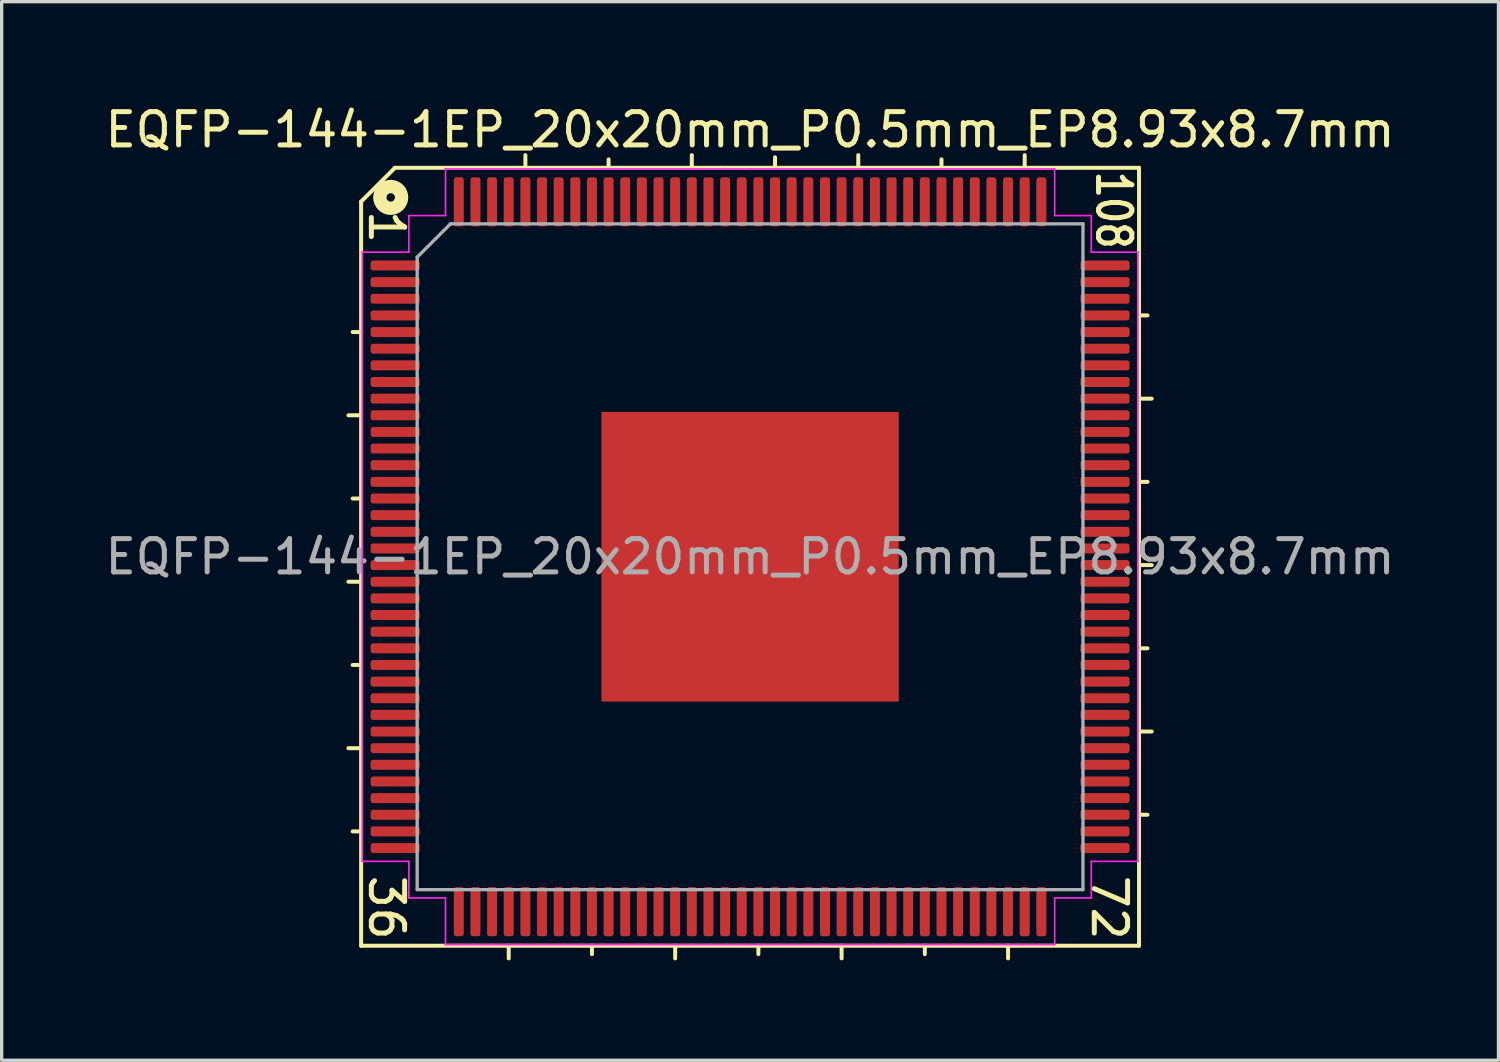
<source format=kicad_pcb>
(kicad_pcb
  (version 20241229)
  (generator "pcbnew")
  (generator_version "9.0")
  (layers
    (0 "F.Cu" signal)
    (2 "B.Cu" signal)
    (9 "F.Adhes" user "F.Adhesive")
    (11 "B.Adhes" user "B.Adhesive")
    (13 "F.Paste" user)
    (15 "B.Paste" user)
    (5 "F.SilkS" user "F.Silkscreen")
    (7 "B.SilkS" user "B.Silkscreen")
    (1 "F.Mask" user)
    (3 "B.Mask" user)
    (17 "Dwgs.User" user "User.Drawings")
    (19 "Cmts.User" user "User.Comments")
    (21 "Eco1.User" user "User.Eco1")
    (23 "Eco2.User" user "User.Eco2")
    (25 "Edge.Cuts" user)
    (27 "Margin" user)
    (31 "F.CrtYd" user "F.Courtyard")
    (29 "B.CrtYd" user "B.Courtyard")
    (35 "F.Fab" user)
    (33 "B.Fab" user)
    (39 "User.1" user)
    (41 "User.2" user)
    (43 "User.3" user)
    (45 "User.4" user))
  (footprint "EQFP-144-1EP_20x20mm_P0.5mm_EP8.93x8.7mm"
    (layer "F.Cu")
    (at 19.482 13.675)
    (property "Reference" "EQFP-144-1EP_20x20mm_P0.5mm_EP8.93x8.7mm" (at 0 -12.827 0) (layer "F.SilkS") (effects (font (size 1 1) (thickness 0.15))))
    (attr smd)
    (fp_line (start -11.684 -10.668) (end -11.684 11.684) (stroke (width 0.12) (type solid)) (layer "F.SilkS"))
    (fp_line (start -11.684 -6.75) (end -11.938 -6.75) (stroke (width 0.12) (type solid)) (layer "F.SilkS"))
    (fp_line (start -11.684 -4.25) (end -12.065 -4.25) (stroke (width 0.12) (type solid)) (layer "F.SilkS"))
    (fp_line (start -11.684 -1.75) (end -11.938 -1.75) (stroke (width 0.12) (type solid)) (layer "F.SilkS"))
    (fp_line (start -11.684 0.75) (end -12.065 0.75) (stroke (width 0.12) (type solid)) (layer "F.SilkS"))
    (fp_line (start -11.684 3.25) (end -11.938 3.25) (stroke (width 0.12) (type solid)) (layer "F.SilkS"))
    (fp_line (start -11.684 5.75) (end -12.065 5.75) (stroke (width 0.12) (type solid)) (layer "F.SilkS"))
    (fp_line (start -11.684 8.25) (end -11.938 8.25) (stroke (width 0.12) (type solid)) (layer "F.SilkS"))
    (fp_line (start -11.684 11.684) (end 11.684 11.684) (stroke (width 0.12) (type solid)) (layer "F.SilkS"))
    (fp_line (start -10.668 -11.684) (end -11.684 -10.668) (stroke (width 0.12) (type solid)) (layer "F.SilkS"))
    (fp_line (start -7.25 11.684) (end -7.25 12.065) (stroke (width 0.12) (type solid)) (layer "F.SilkS"))
    (fp_line (start -6.75 -11.684) (end -6.75 -12.065) (stroke (width 0.12) (type solid)) (layer "F.SilkS"))
    (fp_line (start -4.75 11.684) (end -4.75 11.938) (stroke (width 0.12) (type solid)) (layer "F.SilkS"))
    (fp_line (start -4.25 -11.684) (end -4.25 -11.938) (stroke (width 0.12) (type solid)) (layer "F.SilkS"))
    (fp_line (start -2.25 11.684) (end -2.25 12.065) (stroke (width 0.12) (type solid)) (layer "F.SilkS"))
    (fp_line (start -1.75 -11.684) (end -1.75 -12.065) (stroke (width 0.12) (type solid)) (layer "F.SilkS"))
    (fp_line (start -0.889 -11.684) (end -10.668 -11.684) (stroke (width 0.12) (type solid)) (layer "F.SilkS"))
    (fp_line (start 0.25 11.684) (end 0.25 11.938) (stroke (width 0.12) (type solid)) (layer "F.SilkS"))
    (fp_line (start 0.75 -11.75) (end 0.75 -12) (stroke (width 0.12) (type solid)) (layer "F.SilkS"))
    (fp_line (start 2.75 11.684) (end 2.75 12.065) (stroke (width 0.12) (type solid)) (layer "F.SilkS"))
    (fp_line (start 3.25 -11.684) (end 3.25 -12.065) (stroke (width 0.12) (type solid)) (layer "F.SilkS"))
    (fp_line (start 5.25 11.684) (end 5.25 11.938) (stroke (width 0.12) (type solid)) (layer "F.SilkS"))
    (fp_line (start 5.75 -11.684) (end 5.75 -11.938) (stroke (width 0.12) (type solid)) (layer "F.SilkS"))
    (fp_line (start 7.75 11.684) (end 7.75 12.065) (stroke (width 0.12) (type solid)) (layer "F.SilkS"))
    (fp_line (start 8.25 -11.684) (end 8.25 -12.065) (stroke (width 0.12) (type solid)) (layer "F.SilkS"))
    (fp_line (start 11.684 -11.684) (end -0.889 -11.684) (stroke (width 0.12) (type solid)) (layer "F.SilkS"))
    (fp_line (start 11.684 -7.25) (end 11.938 -7.25) (stroke (width 0.12) (type solid)) (layer "F.SilkS"))
    (fp_line (start 11.684 -4.75) (end 12.065 -4.75) (stroke (width 0.12) (type solid)) (layer "F.SilkS"))
    (fp_line (start 11.684 -2.25) (end 11.938 -2.25) (stroke (width 0.12) (type solid)) (layer "F.SilkS"))
    (fp_line (start 11.684 0.25) (end 12.065 0.25) (stroke (width 0.12) (type solid)) (layer "F.SilkS"))
    (fp_line (start 11.684 2.75) (end 11.938 2.75) (stroke (width 0.12) (type solid)) (layer "F.SilkS"))
    (fp_line (start 11.684 5.25) (end 12.065 5.25) (stroke (width 0.12) (type solid)) (layer "F.SilkS"))
    (fp_line (start 11.684 7.75) (end 11.938 7.75) (stroke (width 0.12) (type solid)) (layer "F.SilkS"))
    (fp_line (start 11.684 11.684) (end 11.684 -11.684) (stroke (width 0.12) (type solid)) (layer "F.SilkS"))
    (fp_circle (center -10.795 -10.795) (end -10.668 -10.795) (stroke (width 0.4) (type solid)) (fill no) (layer "F.SilkS"))
    (fp_line (start -11.65 -9.15) (end -11.65 0) (stroke (width 0.05) (type solid)) (layer "F.CrtYd"))
    (fp_line (start -11.65 9.15) (end -11.65 0) (stroke (width 0.05) (type solid)) (layer "F.CrtYd"))
    (fp_line (start -10.25 -10.25) (end -10.25 -9.15) (stroke (width 0.05) (type solid)) (layer "F.CrtYd"))
    (fp_line (start -10.25 -9.15) (end -11.65 -9.15) (stroke (width 0.05) (type solid)) (layer "F.CrtYd"))
    (fp_line (start -10.25 9.15) (end -11.65 9.15) (stroke (width 0.05) (type solid)) (layer "F.CrtYd"))
    (fp_line (start -10.25 10.25) (end -10.25 9.15) (stroke (width 0.05) (type solid)) (layer "F.CrtYd"))
    (fp_line (start -9.15 -11.65) (end -9.15 -10.25) (stroke (width 0.05) (type solid)) (layer "F.CrtYd"))
    (fp_line (start -9.15 -10.25) (end -10.25 -10.25) (stroke (width 0.05) (type solid)) (layer "F.CrtYd"))
    (fp_line (start -9.15 10.25) (end -10.25 10.25) (stroke (width 0.05) (type solid)) (layer "F.CrtYd"))
    (fp_line (start -9.15 11.65) (end -9.15 10.25) (stroke (width 0.05) (type solid)) (layer "F.CrtYd"))
    (fp_line (start 0 -11.65) (end -9.15 -11.65) (stroke (width 0.05) (type solid)) (layer "F.CrtYd"))
    (fp_line (start 0 -11.65) (end 9.15 -11.65) (stroke (width 0.05) (type solid)) (layer "F.CrtYd"))
    (fp_line (start 0 11.65) (end -9.15 11.65) (stroke (width 0.05) (type solid)) (layer "F.CrtYd"))
    (fp_line (start 0 11.65) (end 9.15 11.65) (stroke (width 0.05) (type solid)) (layer "F.CrtYd"))
    (fp_line (start 9.15 -11.65) (end 9.15 -10.25) (stroke (width 0.05) (type solid)) (layer "F.CrtYd"))
    (fp_line (start 9.15 -10.25) (end 10.25 -10.25) (stroke (width 0.05) (type solid)) (layer "F.CrtYd"))
    (fp_line (start 9.15 10.25) (end 10.25 10.25) (stroke (width 0.05) (type solid)) (layer "F.CrtYd"))
    (fp_line (start 9.15 11.65) (end 9.15 10.25) (stroke (width 0.05) (type solid)) (layer "F.CrtYd"))
    (fp_line (start 10.25 -10.25) (end 10.25 -9.15) (stroke (width 0.05) (type solid)) (layer "F.CrtYd"))
    (fp_line (start 10.25 -9.15) (end 11.65 -9.15) (stroke (width 0.05) (type solid)) (layer "F.CrtYd"))
    (fp_line (start 10.25 9.15) (end 11.65 9.15) (stroke (width 0.05) (type solid)) (layer "F.CrtYd"))
    (fp_line (start 10.25 10.25) (end 10.25 9.15) (stroke (width 0.05) (type solid)) (layer "F.CrtYd"))
    (fp_line (start 11.65 -9.15) (end 11.65 0) (stroke (width 0.05) (type solid)) (layer "F.CrtYd"))
    (fp_line (start 11.65 9.15) (end 11.65 0) (stroke (width 0.05) (type solid)) (layer "F.CrtYd"))
    (fp_line (start -10 -9) (end -9 -10) (stroke (width 0.1) (type solid)) (layer "F.Fab"))
    (fp_line (start -10 10) (end -10 -9) (stroke (width 0.1) (type solid)) (layer "F.Fab"))
    (fp_line (start -9 -10) (end 10 -10) (stroke (width 0.1) (type solid)) (layer "F.Fab"))
    (fp_line (start 10 -10) (end 10 10) (stroke (width 0.1) (type solid)) (layer "F.Fab"))
    (fp_line (start 10 10) (end -10 10) (stroke (width 0.1) (type solid)) (layer "F.Fab"))
    (fp_text user "36" (at -10.922 10.541 270) (unlocked yes) (layer "F.SilkS") (effects (font (size 1 1) (thickness 0.15))))
    (fp_text user "108" (at 10.922 -10.414 270) (unlocked yes) (layer "F.SilkS") (effects (font (size 1 0.8) (thickness 0.15))))
    (fp_text user "72" (at 10.795 10.541 270) (unlocked yes) (layer "F.SilkS") (effects (font (size 1 1) (thickness 0.15))))
    (fp_text user "1" (at -10.922 -9.906 270) (unlocked yes) (layer "F.SilkS") (effects (font (size 1 1) (thickness 0.15))))
    (fp_text user "${REFERENCE}" (at 0 0 0) (layer "F.Fab") (effects (font (size 1 1) (thickness 0.15))))
    (pad "" smd roundrect (at -3.84 -3.72) (size 1.03 1) (layers "F.Paste") (roundrect_rratio 0.25))
    (pad "" smd roundrect (at -3.84 -2.48) (size 1.03 1) (layers "F.Paste") (roundrect_rratio 0.25))
    (pad "" smd roundrect (at -3.84 -1.24) (size 1.03 1) (layers "F.Paste") (roundrect_rratio 0.25))
    (pad "" smd roundrect (at -3.84 0) (size 1.03 1) (layers "F.Paste") (roundrect_rratio 0.25))
    (pad "" smd roundrect (at -3.84 1.24) (size 1.03 1) (layers "F.Paste") (roundrect_rratio 0.25))
    (pad "" smd roundrect (at -3.84 2.48) (size 1.03 1) (layers "F.Paste") (roundrect_rratio 0.25))
    (pad "" smd roundrect (at -3.84 3.72) (size 1.03 1) (layers "F.Paste") (roundrect_rratio 0.25))
    (pad "" smd roundrect (at -2.56 -3.72) (size 1.03 1) (layers "F.Paste") (roundrect_rratio 0.25))
    (pad "" smd roundrect (at -2.56 -2.48) (size 1.03 1) (layers "F.Paste") (roundrect_rratio 0.25))
    (pad "" smd roundrect (at -2.56 -1.24) (size 1.03 1) (layers "F.Paste") (roundrect_rratio 0.25))
    (pad "" smd roundrect (at -2.56 0) (size 1.03 1) (layers "F.Paste") (roundrect_rratio 0.25))
    (pad "" smd roundrect (at -2.56 1.24) (size 1.03 1) (layers "F.Paste") (roundrect_rratio 0.25))
    (pad "" smd roundrect (at -2.56 2.48) (size 1.03 1) (layers "F.Paste") (roundrect_rratio 0.25))
    (pad "" smd roundrect (at -2.56 3.72) (size 1.03 1) (layers "F.Paste") (roundrect_rratio 0.25))
    (pad "" smd roundrect (at -1.28 -3.72) (size 1.03 1) (layers "F.Paste") (roundrect_rratio 0.25))
    (pad "" smd roundrect (at -1.28 -2.48) (size 1.03 1) (layers "F.Paste") (roundrect_rratio 0.25))
    (pad "" smd roundrect (at -1.28 -1.24) (size 1.03 1) (layers "F.Paste") (roundrect_rratio 0.25))
    (pad "" smd roundrect (at -1.28 0) (size 1.03 1) (layers "F.Paste") (roundrect_rratio 0.25))
    (pad "" smd roundrect (at -1.28 1.24) (size 1.03 1) (layers "F.Paste") (roundrect_rratio 0.25))
    (pad "" smd roundrect (at -1.28 2.48) (size 1.03 1) (layers "F.Paste") (roundrect_rratio 0.25))
    (pad "" smd roundrect (at -1.28 3.72) (size 1.03 1) (layers "F.Paste") (roundrect_rratio 0.25))
    (pad "" smd roundrect (at 0 -3.72) (size 1.03 1) (layers "F.Paste") (roundrect_rratio 0.25))
    (pad "" smd roundrect (at 0 -2.48) (size 1.03 1) (layers "F.Paste") (roundrect_rratio 0.25))
    (pad "" smd roundrect (at 0 -1.24) (size 1.03 1) (layers "F.Paste") (roundrect_rratio 0.25))
    (pad "" smd roundrect (at 0 0) (size 1.03 1) (layers "F.Paste") (roundrect_rratio 0.25))
    (pad "" smd roundrect (at 0 1.24) (size 1.03 1) (layers "F.Paste") (roundrect_rratio 0.25))
    (pad "" smd roundrect (at 0 2.48) (size 1.03 1) (layers "F.Paste") (roundrect_rratio 0.25))
    (pad "" smd roundrect (at 0 3.72) (size 1.03 1) (layers "F.Paste") (roundrect_rratio 0.25))
    (pad "" smd roundrect (at 1.28 -3.72) (size 1.03 1) (layers "F.Paste") (roundrect_rratio 0.25))
    (pad "" smd roundrect (at 1.28 -2.48) (size 1.03 1) (layers "F.Paste") (roundrect_rratio 0.25))
    (pad "" smd roundrect (at 1.28 -1.24) (size 1.03 1) (layers "F.Paste") (roundrect_rratio 0.25))
    (pad "" smd roundrect (at 1.28 0) (size 1.03 1) (layers "F.Paste") (roundrect_rratio 0.25))
    (pad "" smd roundrect (at 1.28 1.24) (size 1.03 1) (layers "F.Paste") (roundrect_rratio 0.25))
    (pad "" smd roundrect (at 1.28 2.48) (size 1.03 1) (layers "F.Paste") (roundrect_rratio 0.25))
    (pad "" smd roundrect (at 1.28 3.72) (size 1.03 1) (layers "F.Paste") (roundrect_rratio 0.25))
    (pad "" smd roundrect (at 2.56 -3.72) (size 1.03 1) (layers "F.Paste") (roundrect_rratio 0.25))
    (pad "" smd roundrect (at 2.56 -2.48) (size 1.03 1) (layers "F.Paste") (roundrect_rratio 0.25))
    (pad "" smd roundrect (at 2.56 -1.24) (size 1.03 1) (layers "F.Paste") (roundrect_rratio 0.25))
    (pad "" smd roundrect (at 2.56 0) (size 1.03 1) (layers "F.Paste") (roundrect_rratio 0.25))
    (pad "" smd roundrect (at 2.56 1.24) (size 1.03 1) (layers "F.Paste") (roundrect_rratio 0.25))
    (pad "" smd roundrect (at 2.56 2.48) (size 1.03 1) (layers "F.Paste") (roundrect_rratio 0.25))
    (pad "" smd roundrect (at 2.56 3.72) (size 1.03 1) (layers "F.Paste") (roundrect_rratio 0.25))
    (pad "" smd roundrect (at 3.84 -3.72) (size 1.03 1) (layers "F.Paste") (roundrect_rratio 0.25))
    (pad "" smd roundrect (at 3.84 -2.48) (size 1.03 1) (layers "F.Paste") (roundrect_rratio 0.25))
    (pad "" smd roundrect (at 3.84 -1.24) (size 1.03 1) (layers "F.Paste") (roundrect_rratio 0.25))
    (pad "" smd roundrect (at 3.84 0) (size 1.03 1) (layers "F.Paste") (roundrect_rratio 0.25))
    (pad "" smd roundrect (at 3.84 1.24) (size 1.03 1) (layers "F.Paste") (roundrect_rratio 0.25))
    (pad "" smd roundrect (at 3.84 2.48) (size 1.03 1) (layers "F.Paste") (roundrect_rratio 0.25))
    (pad "" smd roundrect (at 3.84 3.72) (size 1.03 1) (layers "F.Paste") (roundrect_rratio 0.25))
    (pad "1" smd roundrect (at -10.662 -8.75) (size 1.475 0.3) (layers "F.Cu" "F.Mask" "F.Paste") (roundrect_rratio 0.25))
    (pad "2" smd roundrect (at -10.662 -8.25) (size 1.475 0.3) (layers "F.Cu" "F.Mask" "F.Paste") (roundrect_rratio 0.25))
    (pad "3" smd roundrect (at -10.662 -7.75) (size 1.475 0.3) (layers "F.Cu" "F.Mask" "F.Paste") (roundrect_rratio 0.25))
    (pad "4" smd roundrect (at -10.662 -7.25) (size 1.475 0.3) (layers "F.Cu" "F.Mask" "F.Paste") (roundrect_rratio 0.25))
    (pad "5" smd roundrect (at -10.662 -6.75) (size 1.475 0.3) (layers "F.Cu" "F.Mask" "F.Paste") (roundrect_rratio 0.25))
    (pad "6" smd roundrect (at -10.662 -6.25) (size 1.475 0.3) (layers "F.Cu" "F.Mask" "F.Paste") (roundrect_rratio 0.25))
    (pad "7" smd roundrect (at -10.662 -5.75) (size 1.475 0.3) (layers "F.Cu" "F.Mask" "F.Paste") (roundrect_rratio 0.25))
    (pad "8" smd roundrect (at -10.662 -5.25) (size 1.475 0.3) (layers "F.Cu" "F.Mask" "F.Paste") (roundrect_rratio 0.25))
    (pad "9" smd roundrect (at -10.662 -4.75) (size 1.475 0.3) (layers "F.Cu" "F.Mask" "F.Paste") (roundrect_rratio 0.25))
    (pad "10" smd roundrect (at -10.662 -4.25) (size 1.475 0.3) (layers "F.Cu" "F.Mask" "F.Paste") (roundrect_rratio 0.25))
    (pad "11" smd roundrect (at -10.662 -3.75) (size 1.475 0.3) (layers "F.Cu" "F.Mask" "F.Paste") (roundrect_rratio 0.25))
    (pad "12" smd roundrect (at -10.662 -3.25) (size 1.475 0.3) (layers "F.Cu" "F.Mask" "F.Paste") (roundrect_rratio 0.25))
    (pad "13" smd roundrect (at -10.662 -2.75) (size 1.475 0.3) (layers "F.Cu" "F.Mask" "F.Paste") (roundrect_rratio 0.25))
    (pad "14" smd roundrect (at -10.662 -2.25) (size 1.475 0.3) (layers "F.Cu" "F.Mask" "F.Paste") (roundrect_rratio 0.25))
    (pad "15" smd roundrect (at -10.662 -1.75) (size 1.475 0.3) (layers "F.Cu" "F.Mask" "F.Paste") (roundrect_rratio 0.25))
    (pad "16" smd roundrect (at -10.662 -1.25) (size 1.475 0.3) (layers "F.Cu" "F.Mask" "F.Paste") (roundrect_rratio 0.25))
    (pad "17" smd roundrect (at -10.662 -0.75) (size 1.475 0.3) (layers "F.Cu" "F.Mask" "F.Paste") (roundrect_rratio 0.25))
    (pad "18" smd roundrect (at -10.662 -0.25) (size 1.475 0.3) (layers "F.Cu" "F.Mask" "F.Paste") (roundrect_rratio 0.25))
    (pad "19" smd roundrect (at -10.662 0.25) (size 1.475 0.3) (layers "F.Cu" "F.Mask" "F.Paste") (roundrect_rratio 0.25))
    (pad "20" smd roundrect (at -10.662 0.75) (size 1.475 0.3) (layers "F.Cu" "F.Mask" "F.Paste") (roundrect_rratio 0.25))
    (pad "21" smd roundrect (at -10.662 1.25) (size 1.475 0.3) (layers "F.Cu" "F.Mask" "F.Paste") (roundrect_rratio 0.25))
    (pad "22" smd roundrect (at -10.662 1.75) (size 1.475 0.3) (layers "F.Cu" "F.Mask" "F.Paste") (roundrect_rratio 0.25))
    (pad "23" smd roundrect (at -10.662 2.25) (size 1.475 0.3) (layers "F.Cu" "F.Mask" "F.Paste") (roundrect_rratio 0.25))
    (pad "24" smd roundrect (at -10.662 2.75) (size 1.475 0.3) (layers "F.Cu" "F.Mask" "F.Paste") (roundrect_rratio 0.25))
    (pad "25" smd roundrect (at -10.662 3.25) (size 1.475 0.3) (layers "F.Cu" "F.Mask" "F.Paste") (roundrect_rratio 0.25))
    (pad "26" smd roundrect (at -10.662 3.75) (size 1.475 0.3) (layers "F.Cu" "F.Mask" "F.Paste") (roundrect_rratio 0.25))
    (pad "27" smd roundrect (at -10.662 4.25) (size 1.475 0.3) (layers "F.Cu" "F.Mask" "F.Paste") (roundrect_rratio 0.25))
    (pad "28" smd roundrect (at -10.662 4.75) (size 1.475 0.3) (layers "F.Cu" "F.Mask" "F.Paste") (roundrect_rratio 0.25))
    (pad "29" smd roundrect (at -10.662 5.25) (size 1.475 0.3) (layers "F.Cu" "F.Mask" "F.Paste") (roundrect_rratio 0.25))
    (pad "30" smd roundrect (at -10.662 5.75) (size 1.475 0.3) (layers "F.Cu" "F.Mask" "F.Paste") (roundrect_rratio 0.25))
    (pad "31" smd roundrect (at -10.662 6.25) (size 1.475 0.3) (layers "F.Cu" "F.Mask" "F.Paste") (roundrect_rratio 0.25))
    (pad "32" smd roundrect (at -10.662 6.75) (size 1.475 0.3) (layers "F.Cu" "F.Mask" "F.Paste") (roundrect_rratio 0.25))
    (pad "33" smd roundrect (at -10.662 7.25) (size 1.475 0.3) (layers "F.Cu" "F.Mask" "F.Paste") (roundrect_rratio 0.25))
    (pad "34" smd roundrect (at -10.662 7.75) (size 1.475 0.3) (layers "F.Cu" "F.Mask" "F.Paste") (roundrect_rratio 0.25))
    (pad "35" smd roundrect (at -10.662 8.25) (size 1.475 0.3) (layers "F.Cu" "F.Mask" "F.Paste") (roundrect_rratio 0.25))
    (pad "36" smd roundrect (at -10.662 8.75) (size 1.475 0.3) (layers "F.Cu" "F.Mask" "F.Paste") (roundrect_rratio 0.25))
    (pad "37" smd roundrect (at -8.75 10.662) (size 0.3 1.475) (layers "F.Cu" "F.Mask" "F.Paste") (roundrect_rratio 0.25))
    (pad "38" smd roundrect (at -8.25 10.662) (size 0.3 1.475) (layers "F.Cu" "F.Mask" "F.Paste") (roundrect_rratio 0.25))
    (pad "39" smd roundrect (at -7.75 10.662) (size 0.3 1.475) (layers "F.Cu" "F.Mask" "F.Paste") (roundrect_rratio 0.25))
    (pad "40" smd roundrect (at -7.25 10.662) (size 0.3 1.475) (layers "F.Cu" "F.Mask" "F.Paste") (roundrect_rratio 0.25))
    (pad "41" smd roundrect (at -6.75 10.662) (size 0.3 1.475) (layers "F.Cu" "F.Mask" "F.Paste") (roundrect_rratio 0.25))
    (pad "42" smd roundrect (at -6.25 10.662) (size 0.3 1.475) (layers "F.Cu" "F.Mask" "F.Paste") (roundrect_rratio 0.25))
    (pad "43" smd roundrect (at -5.75 10.662) (size 0.3 1.475) (layers "F.Cu" "F.Mask" "F.Paste") (roundrect_rratio 0.25))
    (pad "44" smd roundrect (at -5.25 10.662) (size 0.3 1.475) (layers "F.Cu" "F.Mask" "F.Paste") (roundrect_rratio 0.25))
    (pad "45" smd roundrect (at -4.75 10.662) (size 0.3 1.475) (layers "F.Cu" "F.Mask" "F.Paste") (roundrect_rratio 0.25))
    (pad "46" smd roundrect (at -4.25 10.662) (size 0.3 1.475) (layers "F.Cu" "F.Mask" "F.Paste") (roundrect_rratio 0.25))
    (pad "47" smd roundrect (at -3.75 10.662) (size 0.3 1.475) (layers "F.Cu" "F.Mask" "F.Paste") (roundrect_rratio 0.25))
    (pad "48" smd roundrect (at -3.25 10.662) (size 0.3 1.475) (layers "F.Cu" "F.Mask" "F.Paste") (roundrect_rratio 0.25))
    (pad "49" smd roundrect (at -2.75 10.662) (size 0.3 1.475) (layers "F.Cu" "F.Mask" "F.Paste") (roundrect_rratio 0.25))
    (pad "50" smd roundrect (at -2.25 10.662) (size 0.3 1.475) (layers "F.Cu" "F.Mask" "F.Paste") (roundrect_rratio 0.25))
    (pad "51" smd roundrect (at -1.75 10.662) (size 0.3 1.475) (layers "F.Cu" "F.Mask" "F.Paste") (roundrect_rratio 0.25))
    (pad "52" smd roundrect (at -1.25 10.662) (size 0.3 1.475) (layers "F.Cu" "F.Mask" "F.Paste") (roundrect_rratio 0.25))
    (pad "53" smd roundrect (at -0.75 10.662) (size 0.3 1.475) (layers "F.Cu" "F.Mask" "F.Paste") (roundrect_rratio 0.25))
    (pad "54" smd roundrect (at -0.25 10.662) (size 0.3 1.475) (layers "F.Cu" "F.Mask" "F.Paste") (roundrect_rratio 0.25))
    (pad "55" smd roundrect (at 0.25 10.662) (size 0.3 1.475) (layers "F.Cu" "F.Mask" "F.Paste") (roundrect_rratio 0.25))
    (pad "56" smd roundrect (at 0.75 10.662) (size 0.3 1.475) (layers "F.Cu" "F.Mask" "F.Paste") (roundrect_rratio 0.25))
    (pad "57" smd roundrect (at 1.25 10.662) (size 0.3 1.475) (layers "F.Cu" "F.Mask" "F.Paste") (roundrect_rratio 0.25))
    (pad "58" smd roundrect (at 1.75 10.662) (size 0.3 1.475) (layers "F.Cu" "F.Mask" "F.Paste") (roundrect_rratio 0.25))
    (pad "59" smd roundrect (at 2.25 10.662) (size 0.3 1.475) (layers "F.Cu" "F.Mask" "F.Paste") (roundrect_rratio 0.25))
    (pad "60" smd roundrect (at 2.75 10.662) (size 0.3 1.475) (layers "F.Cu" "F.Mask" "F.Paste") (roundrect_rratio 0.25))
    (pad "61" smd roundrect (at 3.25 10.662) (size 0.3 1.475) (layers "F.Cu" "F.Mask" "F.Paste") (roundrect_rratio 0.25))
    (pad "62" smd roundrect (at 3.75 10.662) (size 0.3 1.475) (layers "F.Cu" "F.Mask" "F.Paste") (roundrect_rratio 0.25))
    (pad "63" smd roundrect (at 4.25 10.662) (size 0.3 1.475) (layers "F.Cu" "F.Mask" "F.Paste") (roundrect_rratio 0.25))
    (pad "64" smd roundrect (at 4.75 10.662) (size 0.3 1.475) (layers "F.Cu" "F.Mask" "F.Paste") (roundrect_rratio 0.25))
    (pad "65" smd roundrect (at 5.25 10.662) (size 0.3 1.475) (layers "F.Cu" "F.Mask" "F.Paste") (roundrect_rratio 0.25))
    (pad "66" smd roundrect (at 5.75 10.662) (size 0.3 1.475) (layers "F.Cu" "F.Mask" "F.Paste") (roundrect_rratio 0.25))
    (pad "67" smd roundrect (at 6.25 10.662) (size 0.3 1.475) (layers "F.Cu" "F.Mask" "F.Paste") (roundrect_rratio 0.25))
    (pad "68" smd roundrect (at 6.75 10.662) (size 0.3 1.475) (layers "F.Cu" "F.Mask" "F.Paste") (roundrect_rratio 0.25))
    (pad "69" smd roundrect (at 7.25 10.662) (size 0.3 1.475) (layers "F.Cu" "F.Mask" "F.Paste") (roundrect_rratio 0.25))
    (pad "70" smd roundrect (at 7.75 10.662) (size 0.3 1.475) (layers "F.Cu" "F.Mask" "F.Paste") (roundrect_rratio 0.25))
    (pad "71" smd roundrect (at 8.25 10.662) (size 0.3 1.475) (layers "F.Cu" "F.Mask" "F.Paste") (roundrect_rratio 0.25))
    (pad "72" smd roundrect (at 8.75 10.662) (size 0.3 1.475) (layers "F.Cu" "F.Mask" "F.Paste") (roundrect_rratio 0.25))
    (pad "73" smd roundrect (at 10.662 8.75) (size 1.475 0.3) (layers "F.Cu" "F.Mask" "F.Paste") (roundrect_rratio 0.25))
    (pad "74" smd roundrect (at 10.662 8.25) (size 1.475 0.3) (layers "F.Cu" "F.Mask" "F.Paste") (roundrect_rratio 0.25))
    (pad "75" smd roundrect (at 10.662 7.75) (size 1.475 0.3) (layers "F.Cu" "F.Mask" "F.Paste") (roundrect_rratio 0.25))
    (pad "76" smd roundrect (at 10.662 7.25) (size 1.475 0.3) (layers "F.Cu" "F.Mask" "F.Paste") (roundrect_rratio 0.25))
    (pad "77" smd roundrect (at 10.662 6.75) (size 1.475 0.3) (layers "F.Cu" "F.Mask" "F.Paste") (roundrect_rratio 0.25))
    (pad "78" smd roundrect (at 10.662 6.25) (size 1.475 0.3) (layers "F.Cu" "F.Mask" "F.Paste") (roundrect_rratio 0.25))
    (pad "79" smd roundrect (at 10.662 5.75) (size 1.475 0.3) (layers "F.Cu" "F.Mask" "F.Paste") (roundrect_rratio 0.25))
    (pad "80" smd roundrect (at 10.662 5.25) (size 1.475 0.3) (layers "F.Cu" "F.Mask" "F.Paste") (roundrect_rratio 0.25))
    (pad "81" smd roundrect (at 10.662 4.75) (size 1.475 0.3) (layers "F.Cu" "F.Mask" "F.Paste") (roundrect_rratio 0.25))
    (pad "82" smd roundrect (at 10.662 4.25) (size 1.475 0.3) (layers "F.Cu" "F.Mask" "F.Paste") (roundrect_rratio 0.25))
    (pad "83" smd roundrect (at 10.662 3.75) (size 1.475 0.3) (layers "F.Cu" "F.Mask" "F.Paste") (roundrect_rratio 0.25))
    (pad "84" smd roundrect (at 10.662 3.25) (size 1.475 0.3) (layers "F.Cu" "F.Mask" "F.Paste") (roundrect_rratio 0.25))
    (pad "85" smd roundrect (at 10.662 2.75) (size 1.475 0.3) (layers "F.Cu" "F.Mask" "F.Paste") (roundrect_rratio 0.25))
    (pad "86" smd roundrect (at 10.662 2.25) (size 1.475 0.3) (layers "F.Cu" "F.Mask" "F.Paste") (roundrect_rratio 0.25))
    (pad "87" smd roundrect (at 10.662 1.75) (size 1.475 0.3) (layers "F.Cu" "F.Mask" "F.Paste") (roundrect_rratio 0.25))
    (pad "88" smd roundrect (at 10.662 1.25) (size 1.475 0.3) (layers "F.Cu" "F.Mask" "F.Paste") (roundrect_rratio 0.25))
    (pad "89" smd roundrect (at 10.662 0.75) (size 1.475 0.3) (layers "F.Cu" "F.Mask" "F.Paste") (roundrect_rratio 0.25))
    (pad "90" smd roundrect (at 10.662 0.25) (size 1.475 0.3) (layers "F.Cu" "F.Mask" "F.Paste") (roundrect_rratio 0.25))
    (pad "91" smd roundrect (at 10.662 -0.25) (size 1.475 0.3) (layers "F.Cu" "F.Mask" "F.Paste") (roundrect_rratio 0.25))
    (pad "92" smd roundrect (at 10.662 -0.75) (size 1.475 0.3) (layers "F.Cu" "F.Mask" "F.Paste") (roundrect_rratio 0.25))
    (pad "93" smd roundrect (at 10.662 -1.25) (size 1.475 0.3) (layers "F.Cu" "F.Mask" "F.Paste") (roundrect_rratio 0.25))
    (pad "94" smd roundrect (at 10.662 -1.75) (size 1.475 0.3) (layers "F.Cu" "F.Mask" "F.Paste") (roundrect_rratio 0.25))
    (pad "95" smd roundrect (at 10.662 -2.25) (size 1.475 0.3) (layers "F.Cu" "F.Mask" "F.Paste") (roundrect_rratio 0.25))
    (pad "96" smd roundrect (at 10.662 -2.75) (size 1.475 0.3) (layers "F.Cu" "F.Mask" "F.Paste") (roundrect_rratio 0.25))
    (pad "97" smd roundrect (at 10.662 -3.25) (size 1.475 0.3) (layers "F.Cu" "F.Mask" "F.Paste") (roundrect_rratio 0.25))
    (pad "98" smd roundrect (at 10.662 -3.75) (size 1.475 0.3) (layers "F.Cu" "F.Mask" "F.Paste") (roundrect_rratio 0.25))
    (pad "99" smd roundrect (at 10.662 -4.25) (size 1.475 0.3) (layers "F.Cu" "F.Mask" "F.Paste") (roundrect_rratio 0.25))
    (pad "100" smd roundrect (at 10.662 -4.75) (size 1.475 0.3) (layers "F.Cu" "F.Mask" "F.Paste") (roundrect_rratio 0.25))
    (pad "101" smd roundrect (at 10.662 -5.25) (size 1.475 0.3) (layers "F.Cu" "F.Mask" "F.Paste") (roundrect_rratio 0.25))
    (pad "102" smd roundrect (at 10.662 -5.75) (size 1.475 0.3) (layers "F.Cu" "F.Mask" "F.Paste") (roundrect_rratio 0.25))
    (pad "103" smd roundrect (at 10.662 -6.25) (size 1.475 0.3) (layers "F.Cu" "F.Mask" "F.Paste") (roundrect_rratio 0.25))
    (pad "104" smd roundrect (at 10.662 -6.75) (size 1.475 0.3) (layers "F.Cu" "F.Mask" "F.Paste") (roundrect_rratio 0.25))
    (pad "105" smd roundrect (at 10.662 -7.25) (size 1.475 0.3) (layers "F.Cu" "F.Mask" "F.Paste") (roundrect_rratio 0.25))
    (pad "106" smd roundrect (at 10.662 -7.75) (size 1.475 0.3) (layers "F.Cu" "F.Mask" "F.Paste") (roundrect_rratio 0.25))
    (pad "107" smd roundrect (at 10.662 -8.25) (size 1.475 0.3) (layers "F.Cu" "F.Mask" "F.Paste") (roundrect_rratio 0.25))
    (pad "108" smd roundrect (at 10.662 -8.75) (size 1.475 0.3) (layers "F.Cu" "F.Mask" "F.Paste") (roundrect_rratio 0.25))
    (pad "109" smd roundrect (at 8.75 -10.662) (size 0.3 1.475) (layers "F.Cu" "F.Mask" "F.Paste") (roundrect_rratio 0.25))
    (pad "110" smd roundrect (at 8.25 -10.662) (size 0.3 1.475) (layers "F.Cu" "F.Mask" "F.Paste") (roundrect_rratio 0.25))
    (pad "111" smd roundrect (at 7.75 -10.662) (size 0.3 1.475) (layers "F.Cu" "F.Mask" "F.Paste") (roundrect_rratio 0.25))
    (pad "112" smd roundrect (at 7.25 -10.662) (size 0.3 1.475) (layers "F.Cu" "F.Mask" "F.Paste") (roundrect_rratio 0.25))
    (pad "113" smd roundrect (at 6.75 -10.662) (size 0.3 1.475) (layers "F.Cu" "F.Mask" "F.Paste") (roundrect_rratio 0.25))
    (pad "114" smd roundrect (at 6.25 -10.662) (size 0.3 1.475) (layers "F.Cu" "F.Mask" "F.Paste") (roundrect_rratio 0.25))
    (pad "115" smd roundrect (at 5.75 -10.662) (size 0.3 1.475) (layers "F.Cu" "F.Mask" "F.Paste") (roundrect_rratio 0.25))
    (pad "116" smd roundrect (at 5.25 -10.662) (size 0.3 1.475) (layers "F.Cu" "F.Mask" "F.Paste") (roundrect_rratio 0.25))
    (pad "117" smd roundrect (at 4.75 -10.662) (size 0.3 1.475) (layers "F.Cu" "F.Mask" "F.Paste") (roundrect_rratio 0.25))
    (pad "118" smd roundrect (at 4.25 -10.662) (size 0.3 1.475) (layers "F.Cu" "F.Mask" "F.Paste") (roundrect_rratio 0.25))
    (pad "119" smd roundrect (at 3.75 -10.662) (size 0.3 1.475) (layers "F.Cu" "F.Mask" "F.Paste") (roundrect_rratio 0.25))
    (pad "120" smd roundrect (at 3.25 -10.662) (size 0.3 1.475) (layers "F.Cu" "F.Mask" "F.Paste") (roundrect_rratio 0.25))
    (pad "121" smd roundrect (at 2.75 -10.662) (size 0.3 1.475) (layers "F.Cu" "F.Mask" "F.Paste") (roundrect_rratio 0.25))
    (pad "122" smd roundrect (at 2.25 -10.662) (size 0.3 1.475) (layers "F.Cu" "F.Mask" "F.Paste") (roundrect_rratio 0.25))
    (pad "123" smd roundrect (at 1.75 -10.662) (size 0.3 1.475) (layers "F.Cu" "F.Mask" "F.Paste") (roundrect_rratio 0.25))
    (pad "124" smd roundrect (at 1.25 -10.662) (size 0.3 1.475) (layers "F.Cu" "F.Mask" "F.Paste") (roundrect_rratio 0.25))
    (pad "125" smd roundrect (at 0.75 -10.662) (size 0.3 1.475) (layers "F.Cu" "F.Mask" "F.Paste") (roundrect_rratio 0.25))
    (pad "126" smd roundrect (at 0.25 -10.662) (size 0.3 1.475) (layers "F.Cu" "F.Mask" "F.Paste") (roundrect_rratio 0.25))
    (pad "127" smd roundrect (at -0.25 -10.662) (size 0.3 1.475) (layers "F.Cu" "F.Mask" "F.Paste") (roundrect_rratio 0.25))
    (pad "128" smd roundrect (at -0.75 -10.662) (size 0.3 1.475) (layers "F.Cu" "F.Mask" "F.Paste") (roundrect_rratio 0.25))
    (pad "129" smd roundrect (at -1.25 -10.662) (size 0.3 1.475) (layers "F.Cu" "F.Mask" "F.Paste") (roundrect_rratio 0.25))
    (pad "130" smd roundrect (at -1.75 -10.662) (size 0.3 1.475) (layers "F.Cu" "F.Mask" "F.Paste") (roundrect_rratio 0.25))
    (pad "131" smd roundrect (at -2.25 -10.662) (size 0.3 1.475) (layers "F.Cu" "F.Mask" "F.Paste") (roundrect_rratio 0.25))
    (pad "132" smd roundrect (at -2.75 -10.662) (size 0.3 1.475) (layers "F.Cu" "F.Mask" "F.Paste") (roundrect_rratio 0.25))
    (pad "133" smd roundrect (at -3.25 -10.662) (size 0.3 1.475) (layers "F.Cu" "F.Mask" "F.Paste") (roundrect_rratio 0.25))
    (pad "134" smd roundrect (at -3.75 -10.662) (size 0.3 1.475) (layers "F.Cu" "F.Mask" "F.Paste") (roundrect_rratio 0.25))
    (pad "135" smd roundrect (at -4.25 -10.662) (size 0.3 1.475) (layers "F.Cu" "F.Mask" "F.Paste") (roundrect_rratio 0.25))
    (pad "136" smd roundrect (at -4.75 -10.662) (size 0.3 1.475) (layers "F.Cu" "F.Mask" "F.Paste") (roundrect_rratio 0.25))
    (pad "137" smd roundrect (at -5.25 -10.662) (size 0.3 1.475) (layers "F.Cu" "F.Mask" "F.Paste") (roundrect_rratio 0.25))
    (pad "138" smd roundrect (at -5.75 -10.662) (size 0.3 1.475) (layers "F.Cu" "F.Mask" "F.Paste") (roundrect_rratio 0.25))
    (pad "139" smd roundrect (at -6.25 -10.662) (size 0.3 1.475) (layers "F.Cu" "F.Mask" "F.Paste") (roundrect_rratio 0.25))
    (pad "140" smd roundrect (at -6.75 -10.662) (size 0.3 1.475) (layers "F.Cu" "F.Mask" "F.Paste") (roundrect_rratio 0.25))
    (pad "141" smd roundrect (at -7.25 -10.662) (size 0.3 1.475) (layers "F.Cu" "F.Mask" "F.Paste") (roundrect_rratio 0.25))
    (pad "142" smd roundrect (at -7.75 -10.662) (size 0.3 1.475) (layers "F.Cu" "F.Mask" "F.Paste") (roundrect_rratio 0.25))
    (pad "143" smd roundrect (at -8.25 -10.662) (size 0.3 1.475) (layers "F.Cu" "F.Mask" "F.Paste") (roundrect_rratio 0.25))
    (pad "144" smd roundrect (at -8.75 -10.662) (size 0.3 1.475) (layers "F.Cu" "F.Mask" "F.Paste") (roundrect_rratio 0.25))
    (pad "145" smd rect (at 0 0) (size 8.93 8.7) (layers "F.Cu" "F.Mask")))
  (gr_rect
    (start -3 -3)
    (end 41.964 28.8)
    (stroke (width 0.1) (type default))
    (fill no)
    (layer "Edge.Cuts")))
</source>
